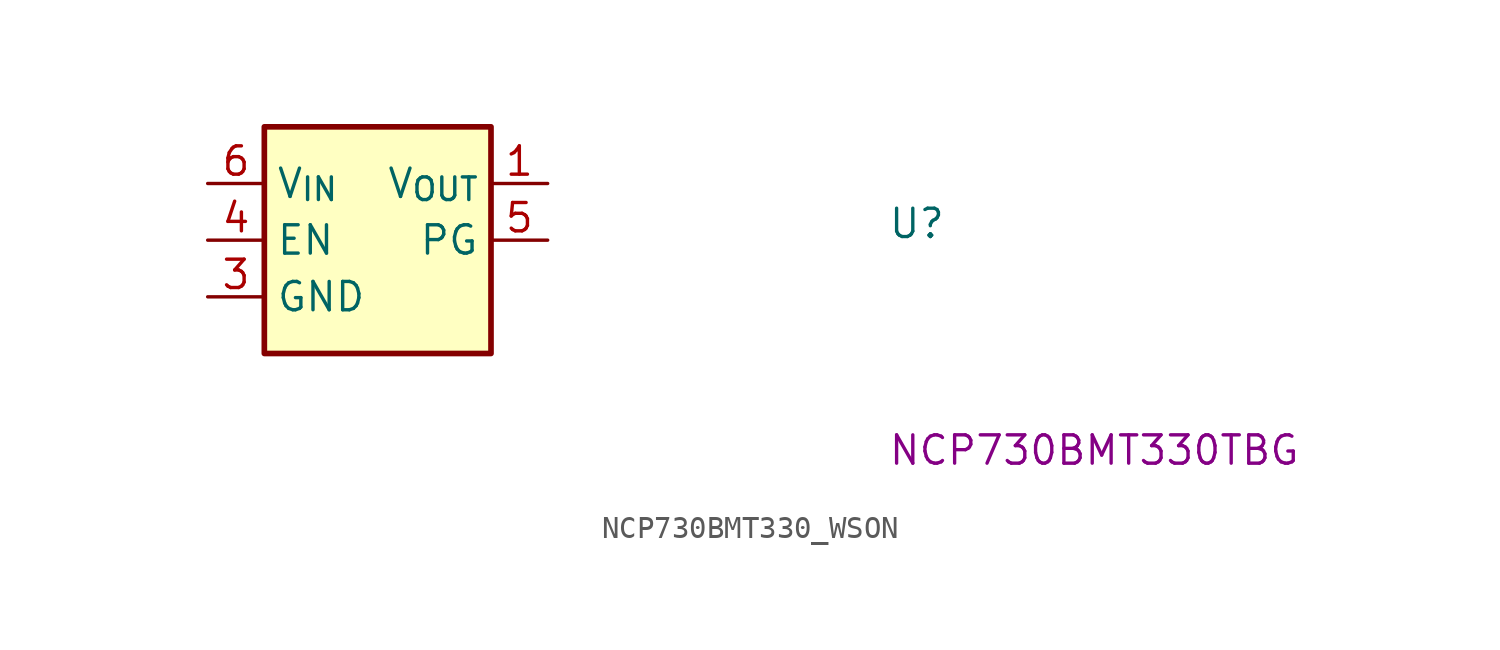
<source format=kicad_sym>
(kicad_symbol_lib
  (version 20220914)
  (generator kicad_symbol_editor)
  (symbol "NCP730BMT330_WSON"
    (property "Reference" "U"
      (at 30.48 -2.54 0)
      (effects (font (size 1.27 1.27) (thickness 0.15)) (justify left bottom)))
    (property "MPN" "NCP730BMT330TBG"
      (at 30.48 -12.7 0)
      (effects (font (size 1.27 1.27) (thickness 0.15)) (justify left bottom)))
    (symbol "NCP730BMT330_WSON_1_1"
      (rectangle (start 2.54 2.54) (end 12.7 -7.62) (stroke (width 0.254) (type default)) (fill (type background)))
      (pin power_out line (at 15.24 0 180) (length 2.54) (name "V_{OUT}" (effects (font (size 1.27 1.27)))) (number "1" (effects (font (size 1.27 1.27)))))
      (pin no_connect line (at 12.7 -5.08 180) (length 2.54) hide (name "NC" (effects (font (size 1.27 1.27)))) (number "2" (effects (font (size 1.27 1.27)))))
      (pin power_in line (at 0 -5.08 0) (length 2.54) (name "GND" (effects (font (size 1.27 1.27)))) (number "3" (effects (font (size 1.27 1.27)))))
      (pin input line (at 0 -2.54 0) (length 2.54) (name "EN" (effects (font (size 1.27 1.27)))) (number "4" (effects (font (size 1.27 1.27)))))
      (pin open_collector line (at 15.24 -2.54 180) (length 2.54) (name "PG" (effects (font (size 1.27 1.27)))) (number "5" (effects (font (size 1.27 1.27)))))
      (pin power_in line (at 0 0 0) (length 2.54) (name "V_{IN}" (effects (font (size 1.27 1.27)))) (number "6" (effects (font (size 1.27 1.27)))))
      (pin passive line (at 0 -5.08 0) (length 2.54) hide (name "GND" (effects (font (size 1.27 1.27)))) (number "7" (effects (font (size 1.27 1.27))))))))
</source>
